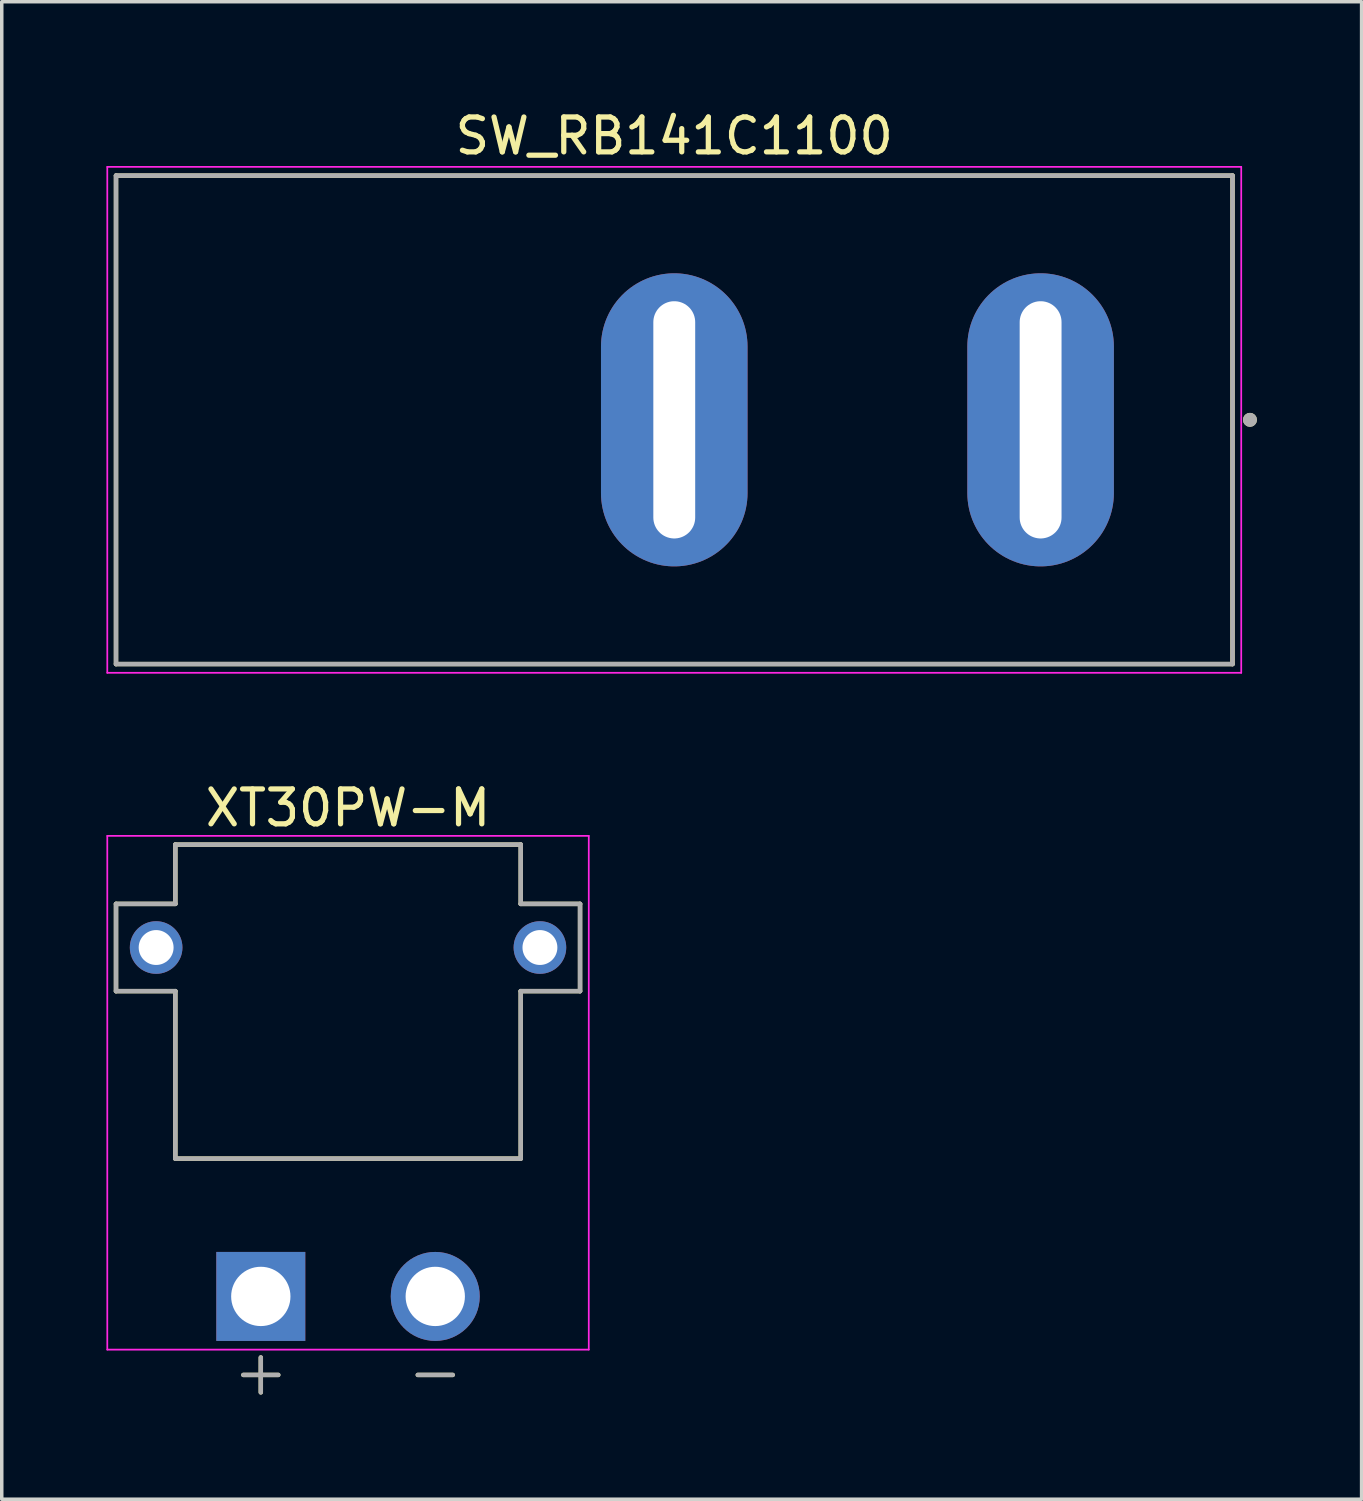
<source format=kicad_pcb>
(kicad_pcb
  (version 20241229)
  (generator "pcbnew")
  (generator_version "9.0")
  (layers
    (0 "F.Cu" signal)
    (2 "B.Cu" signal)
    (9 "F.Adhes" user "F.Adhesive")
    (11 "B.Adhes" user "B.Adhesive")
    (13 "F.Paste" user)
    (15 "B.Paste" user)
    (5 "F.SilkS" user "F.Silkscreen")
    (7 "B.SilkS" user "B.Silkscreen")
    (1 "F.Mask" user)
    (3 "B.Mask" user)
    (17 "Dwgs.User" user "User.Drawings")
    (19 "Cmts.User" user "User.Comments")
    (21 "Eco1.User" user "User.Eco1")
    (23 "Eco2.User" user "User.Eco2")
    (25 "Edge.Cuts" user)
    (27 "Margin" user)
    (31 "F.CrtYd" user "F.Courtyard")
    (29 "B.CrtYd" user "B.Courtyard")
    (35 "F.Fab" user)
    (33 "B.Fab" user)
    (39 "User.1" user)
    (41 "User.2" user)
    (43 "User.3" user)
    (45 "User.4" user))
  (footprint "XT30PW-M"
    (layer "F.Cu")
    (at 6.925 24.107)
    (property "Reference" "XT30PW-M" (at 0 -4 0) (layer "F.SilkS") (effects (font (size 1 1) (thickness 0.15))))
    (attr through_hole)
    (fp_line (start -6.65 -1.25) (end -4.95 -1.25) (stroke (width 0.127) (type solid)) (layer "F.SilkS"))
    (fp_line (start -6.65 1.25) (end -6.65 -1.25) (stroke (width 0.127) (type solid)) (layer "F.SilkS"))
    (fp_line (start -4.95 -2.95) (end 4.95 -2.95) (stroke (width 0.127) (type solid)) (layer "F.SilkS"))
    (fp_line (start -4.95 -1.25) (end -4.95 -2.95) (stroke (width 0.127) (type solid)) (layer "F.SilkS"))
    (fp_line (start -4.95 1.25) (end -6.65 1.25) (stroke (width 0.127) (type solid)) (layer "F.SilkS"))
    (fp_line (start -4.95 6.05) (end -4.95 1.25) (stroke (width 0.127) (type solid)) (layer "F.SilkS"))
    (fp_line (start -3 12.25) (end -2 12.25) (stroke (width 0.127) (type solid)) (layer "F.SilkS"))
    (fp_line (start -2.5 12.75) (end -2.5 11.75) (stroke (width 0.127) (type solid)) (layer "F.SilkS"))
    (fp_line (start 2 12.25) (end 3 12.25) (stroke (width 0.127) (type solid)) (layer "F.SilkS"))
    (fp_line (start 4.95 -2.95) (end 4.95 -1.25) (stroke (width 0.127) (type solid)) (layer "F.SilkS"))
    (fp_line (start 4.95 -1.25) (end 6.65 -1.25) (stroke (width 0.127) (type solid)) (layer "F.SilkS"))
    (fp_line (start 4.95 1.25) (end 4.95 6.05) (stroke (width 0.127) (type solid)) (layer "F.SilkS"))
    (fp_line (start 4.95 6.05) (end -4.95 6.05) (stroke (width 0.127) (type solid)) (layer "F.SilkS"))
    (fp_line (start 6.65 -1.25) (end 6.65 1.25) (stroke (width 0.127) (type solid)) (layer "F.SilkS"))
    (fp_line (start 6.65 1.25) (end 4.95 1.25) (stroke (width 0.127) (type solid)) (layer "F.SilkS"))
    (fp_line (start -6.9 -3.2) (end -6.9 11.525) (stroke (width 0.05) (type solid)) (layer "F.CrtYd"))
    (fp_line (start -6.9 11.525) (end 6.9 11.525) (stroke (width 0.05) (type solid)) (layer "F.CrtYd"))
    (fp_line (start 6.9 -3.2) (end -6.9 -3.2) (stroke (width 0.05) (type solid)) (layer "F.CrtYd"))
    (fp_line (start 6.9 11.525) (end 6.9 -3.2) (stroke (width 0.05) (type solid)) (layer "F.CrtYd"))
    (fp_line (start -6.65 -1.25) (end -4.95 -1.25) (stroke (width 0.127) (type solid)) (layer "F.Fab"))
    (fp_line (start -6.65 1.25) (end -6.65 -1.25) (stroke (width 0.127) (type solid)) (layer "F.Fab"))
    (fp_line (start -4.95 -2.95) (end 4.95 -2.95) (stroke (width 0.127) (type solid)) (layer "F.Fab"))
    (fp_line (start -4.95 -1.25) (end -4.95 -2.95) (stroke (width 0.127) (type solid)) (layer "F.Fab"))
    (fp_line (start -4.95 1.25) (end -6.65 1.25) (stroke (width 0.127) (type solid)) (layer "F.Fab"))
    (fp_line (start -4.95 6.05) (end -4.95 1.25) (stroke (width 0.127) (type solid)) (layer "F.Fab"))
    (fp_line (start -3 12.25) (end -2 12.25) (stroke (width 0.127) (type solid)) (layer "F.Fab"))
    (fp_line (start -2.5 12.75) (end -2.5 11.75) (stroke (width 0.127) (type solid)) (layer "F.Fab"))
    (fp_line (start 2 12.25) (end 3 12.25) (stroke (width 0.127) (type solid)) (layer "F.Fab"))
    (fp_line (start 4.95 -2.95) (end 4.95 -1.25) (stroke (width 0.127) (type solid)) (layer "F.Fab"))
    (fp_line (start 4.95 -1.25) (end 6.65 -1.25) (stroke (width 0.127) (type solid)) (layer "F.Fab"))
    (fp_line (start 4.95 1.25) (end 4.95 6.05) (stroke (width 0.127) (type solid)) (layer "F.Fab"))
    (fp_line (start 4.95 6.05) (end -4.95 6.05) (stroke (width 0.127) (type solid)) (layer "F.Fab"))
    (fp_line (start 6.65 -1.25) (end 6.65 1.25) (stroke (width 0.127) (type solid)) (layer "F.Fab"))
    (fp_line (start 6.65 1.25) (end 4.95 1.25) (stroke (width 0.127) (type solid)) (layer "F.Fab"))
    (pad "N" thru_hole circle (at 2.5 10) (size 2.55 2.55) (drill 1.7) (layers "*.Cu" "*.Mask"))
    (pad "P" thru_hole rect (at -2.5 10) (size 2.55 2.55) (drill 1.7) (layers "*.Cu" "*.Mask"))
    (pad "S1" thru_hole circle (at 5.5 0) (size 1.508 1.508) (drill 1) (layers "*.Cu" "*.Mask"))
    (pad "S2" thru_hole circle (at -5.5 0) (size 1.508 1.508) (drill 1) (layers "*.Cu" "*.Mask")))
  (footprint "SW_RB141C1100"
    (layer "F.Cu")
    (at 16.275 8.983)
    (property "Reference" "SW_RB141C1100" (at 0 -8.135 0) (layer "F.SilkS") (effects (font (size 1 1) (thickness 0.15))))
    (attr through_hole)
    (fp_line (start -16 -7) (end -16 7) (stroke (width 0.127) (type solid)) (layer "F.SilkS"))
    (fp_line (start -16 7) (end 16 7) (stroke (width 0.127) (type solid)) (layer "F.SilkS"))
    (fp_line (start 16 -7) (end -16 -7) (stroke (width 0.127) (type solid)) (layer "F.SilkS"))
    (fp_line (start 16 7) (end 16 -7) (stroke (width 0.127) (type solid)) (layer "F.SilkS"))
    (fp_circle (center 16.5 0) (end 16.6 0) (stroke (width 0.2) (type solid)) (fill no) (layer "F.SilkS"))
    (fp_line (start -16.25 -7.25) (end -16.25 7.25) (stroke (width 0.05) (type solid)) (layer "F.CrtYd"))
    (fp_line (start -16.25 7.25) (end 16.25 7.25) (stroke (width 0.05) (type solid)) (layer "F.CrtYd"))
    (fp_line (start 16.25 -7.25) (end -16.25 -7.25) (stroke (width 0.05) (type solid)) (layer "F.CrtYd"))
    (fp_line (start 16.25 7.25) (end 16.25 -7.25) (stroke (width 0.05) (type solid)) (layer "F.CrtYd"))
    (fp_line (start -16 -7) (end -16 7) (stroke (width 0.127) (type solid)) (layer "F.Fab"))
    (fp_line (start -16 7) (end 16 7) (stroke (width 0.127) (type solid)) (layer "F.Fab"))
    (fp_line (start 16 -7) (end -16 -7) (stroke (width 0.127) (type solid)) (layer "F.Fab"))
    (fp_line (start 16 7) (end 16 -7) (stroke (width 0.127) (type solid)) (layer "F.Fab"))
    (fp_circle (center 16.5 0) (end 16.6 0) (stroke (width 0.2) (type solid)) (fill no) (layer "F.Fab"))
    (pad "1" thru_hole oval (at 10.5 0) (size 4.2 8.4) (drill oval 1.2 6.8) (layers "*.Cu" "*.Mask"))
    (pad "2" thru_hole oval (at 0 0) (size 4.2 8.4) (drill oval 1.2 6.8) (layers "*.Cu" "*.Mask")))
  (gr_rect
    (start -3 -3)
    (end 35.975 39.92)
    (stroke (width 0.1) (type default))
    (fill no)
    (layer "Edge.Cuts")))
</source>
